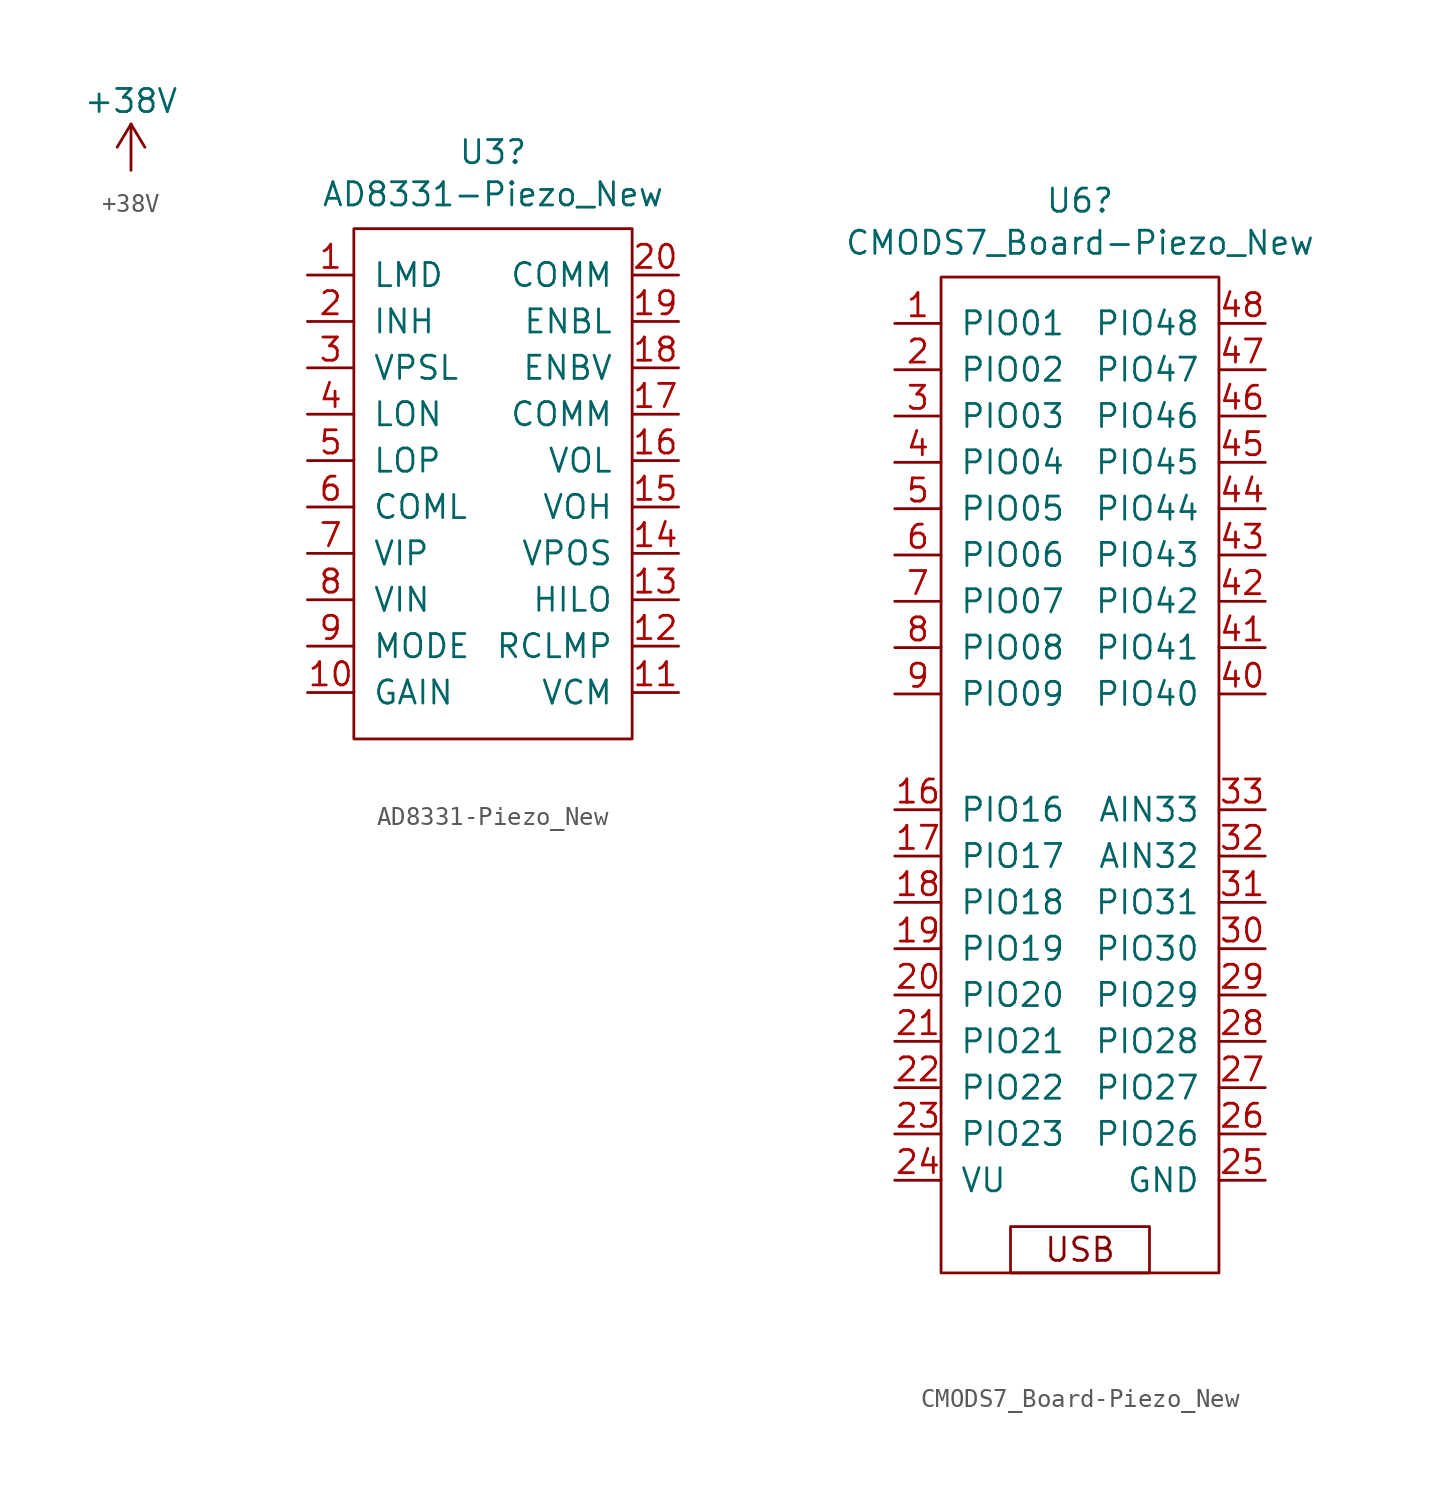
<source format=kicad_sym>
(kicad_symbol_lib
  (version 20211014)
  (generator kicad_symbol_editor)
  (symbol "+38V"
    (power)
    (pin_names
      (offset 0))
    (property "Reference" "#PWR"
      (at 0 -3.81 0)
      (effects (font (size 1.27 1.27)) hide))
    (property "Value" "+38V"
      (at 0 3.81 0)
      (effects (font (size 1.27 1.27))))
    (symbol "+38V_0_1"
      (polyline (pts (xy -0.762 1.27) (xy 0 2.54)) (stroke (width 0) (type default) (color 0 0 0 0)) (fill (type none)))
      (polyline (pts (xy 0 0) (xy 0 2.54)) (stroke (width 0) (type default) (color 0 0 0 0)) (fill (type none)))
      (polyline (pts (xy 0 2.54) (xy 0.762 1.27)) (stroke (width 0) (type default) (color 0 0 0 0)) (fill (type none))))
    (symbol "+38V_1_1"
      (pin power_in line (at 0 0 90) (length 0) hide (name "+38V" (effects (font (size 1.27 1.27)))) (number "1" (effects (font (size 1.27 1.27)))))))
  (symbol "AD8331-Piezo_New"
    (pin_names
      (offset 1.016))
    (property "Reference" "U3"
      (at 0 13.081 0)
      (effects (font (size 1.27 1.27))))
    (property "Value" "AD8331-Piezo_New"
      (at 0 10.77 0)
      (effects (font (size 1.27 1.27))))
    (symbol "AD8331-Piezo_New_0_1"
      (rectangle (start -7.62 8.89) (end 7.62 -19.05) (stroke (width 0) (type default) (color 0 0 0 0)) (fill (type none))))
    (symbol "AD8331-Piezo_New_1_1"
      (pin bidirectional line (at -10.16 6.35 0) (length 2.54) (name "LMD" (effects (font (size 1.27 1.27)))) (number "1" (effects (font (size 1.27 1.27)))))
      (pin bidirectional line (at -10.16 -16.51 0) (length 2.54) (name "GAIN" (effects (font (size 1.27 1.27)))) (number "10" (effects (font (size 1.27 1.27)))))
      (pin bidirectional line (at 10.16 -16.51 180) (length 2.54) (name "VCM" (effects (font (size 1.27 1.27)))) (number "11" (effects (font (size 1.27 1.27)))))
      (pin bidirectional line (at 10.16 -13.97 180) (length 2.54) (name "RCLMP" (effects (font (size 1.27 1.27)))) (number "12" (effects (font (size 1.27 1.27)))))
      (pin bidirectional line (at 10.16 -11.43 180) (length 2.54) (name "HILO" (effects (font (size 1.27 1.27)))) (number "13" (effects (font (size 1.27 1.27)))))
      (pin bidirectional line (at 10.16 -8.89 180) (length 2.54) (name "VPOS" (effects (font (size 1.27 1.27)))) (number "14" (effects (font (size 1.27 1.27)))))
      (pin bidirectional line (at 10.16 -6.35 180) (length 2.54) (name "VOH" (effects (font (size 1.27 1.27)))) (number "15" (effects (font (size 1.27 1.27)))))
      (pin bidirectional line (at 10.16 -3.81 180) (length 2.54) (name "VOL" (effects (font (size 1.27 1.27)))) (number "16" (effects (font (size 1.27 1.27)))))
      (pin bidirectional line (at 10.16 -1.27 180) (length 2.54) (name "COMM" (effects (font (size 1.27 1.27)))) (number "17" (effects (font (size 1.27 1.27)))))
      (pin bidirectional line (at 10.16 1.27 180) (length 2.54) (name "ENBV" (effects (font (size 1.27 1.27)))) (number "18" (effects (font (size 1.27 1.27)))))
      (pin bidirectional line (at 10.16 3.81 180) (length 2.54) (name "ENBL" (effects (font (size 1.27 1.27)))) (number "19" (effects (font (size 1.27 1.27)))))
      (pin bidirectional line (at -10.16 3.81 0) (length 2.54) (name "INH" (effects (font (size 1.27 1.27)))) (number "2" (effects (font (size 1.27 1.27)))))
      (pin bidirectional line (at 10.16 6.35 180) (length 2.54) (name "COMM" (effects (font (size 1.27 1.27)))) (number "20" (effects (font (size 1.27 1.27)))))
      (pin bidirectional line (at -10.16 1.27 0) (length 2.54) (name "VPSL" (effects (font (size 1.27 1.27)))) (number "3" (effects (font (size 1.27 1.27)))))
      (pin bidirectional line (at -10.16 -1.27 0) (length 2.54) (name "LON" (effects (font (size 1.27 1.27)))) (number "4" (effects (font (size 1.27 1.27)))))
      (pin bidirectional line (at -10.16 -3.81 0) (length 2.54) (name "LOP" (effects (font (size 1.27 1.27)))) (number "5" (effects (font (size 1.27 1.27)))))
      (pin bidirectional line (at -10.16 -6.35 0) (length 2.54) (name "COML" (effects (font (size 1.27 1.27)))) (number "6" (effects (font (size 1.27 1.27)))))
      (pin bidirectional line (at -10.16 -8.89 0) (length 2.54) (name "VIP" (effects (font (size 1.27 1.27)))) (number "7" (effects (font (size 1.27 1.27)))))
      (pin bidirectional line (at -10.16 -11.43 0) (length 2.54) (name "VIN" (effects (font (size 1.27 1.27)))) (number "8" (effects (font (size 1.27 1.27)))))
      (pin bidirectional line (at -10.16 -13.97 0) (length 2.54) (name "MODE" (effects (font (size 1.27 1.27)))) (number "9" (effects (font (size 1.27 1.27)))))))
  (symbol "CMODS7_Board-Piezo_New"
    (pin_names
      (offset 1.016))
    (property "Reference" "U6"
      (at 2.54 2.921 0)
      (effects (font (size 1.27 1.27))))
    (property "Value" "CMODS7_Board-Piezo_New"
      (at 2.54 0.61 0)
      (effects (font (size 1.27 1.27))))
    (symbol "CMODS7_Board-Piezo_New_0_0"
      (text "USB" (at 2.54 -54.61 0) (effects (font (size 1.27 1.27)))))
    (symbol "CMODS7_Board-Piezo_New_0_1"
      (rectangle (start -5.08 -1.27) (end 10.16 -55.88) (stroke (width 0) (type default) (color 0 0 0 0)) (fill (type none)))
      (rectangle (start -1.27 -55.88) (end 6.35 -53.34) (stroke (width 0) (type default) (color 0 0 0 0)) (fill (type none))))
    (symbol "CMODS7_Board-Piezo_New_1_1"
      (pin bidirectional line (at -7.62 -3.81 0) (length 2.54) (name "PIO01" (effects (font (size 1.27 1.27)))) (number "1" (effects (font (size 1.27 1.27)))))
      (pin bidirectional line (at -7.62 -30.48 0) (length 2.54) (name "PIO16" (effects (font (size 1.27 1.27)))) (number "16" (effects (font (size 1.27 1.27)))))
      (pin bidirectional line (at -7.62 -33.02 0) (length 2.54) (name "PIO17" (effects (font (size 1.27 1.27)))) (number "17" (effects (font (size 1.27 1.27)))))
      (pin bidirectional line (at -7.62 -35.56 0) (length 2.54) (name "PIO18" (effects (font (size 1.27 1.27)))) (number "18" (effects (font (size 1.27 1.27)))))
      (pin bidirectional line (at -7.62 -38.1 0) (length 2.54) (name "PIO19" (effects (font (size 1.27 1.27)))) (number "19" (effects (font (size 1.27 1.27)))))
      (pin bidirectional line (at -7.62 -6.35 0) (length 2.54) (name "PIO02" (effects (font (size 1.27 1.27)))) (number "2" (effects (font (size 1.27 1.27)))))
      (pin bidirectional line (at -7.62 -40.64 0) (length 2.54) (name "PIO20" (effects (font (size 1.27 1.27)))) (number "20" (effects (font (size 1.27 1.27)))))
      (pin bidirectional line (at -7.62 -43.18 0) (length 2.54) (name "PIO21" (effects (font (size 1.27 1.27)))) (number "21" (effects (font (size 1.27 1.27)))))
      (pin bidirectional line (at -7.62 -45.72 0) (length 2.54) (name "PIO22" (effects (font (size 1.27 1.27)))) (number "22" (effects (font (size 1.27 1.27)))))
      (pin bidirectional line (at -7.62 -48.26 0) (length 2.54) (name "PIO23" (effects (font (size 1.27 1.27)))) (number "23" (effects (font (size 1.27 1.27)))))
      (pin input line (at -7.62 -50.8 0) (length 2.54) (name "VU" (effects (font (size 1.27 1.27)))) (number "24" (effects (font (size 1.27 1.27)))))
      (pin input line (at 12.7 -50.8 180) (length 2.54) (name "GND" (effects (font (size 1.27 1.27)))) (number "25" (effects (font (size 1.27 1.27)))))
      (pin bidirectional line (at 12.7 -48.26 180) (length 2.54) (name "PIO26" (effects (font (size 1.27 1.27)))) (number "26" (effects (font (size 1.27 1.27)))))
      (pin bidirectional line (at 12.7 -45.72 180) (length 2.54) (name "PIO27" (effects (font (size 1.27 1.27)))) (number "27" (effects (font (size 1.27 1.27)))))
      (pin bidirectional line (at 12.7 -43.18 180) (length 2.54) (name "PIO28" (effects (font (size 1.27 1.27)))) (number "28" (effects (font (size 1.27 1.27)))))
      (pin bidirectional line (at 12.7 -40.64 180) (length 2.54) (name "PIO29" (effects (font (size 1.27 1.27)))) (number "29" (effects (font (size 1.27 1.27)))))
      (pin bidirectional line (at -7.62 -8.89 0) (length 2.54) (name "PIO03" (effects (font (size 1.27 1.27)))) (number "3" (effects (font (size 1.27 1.27)))))
      (pin bidirectional line (at 12.7 -38.1 180) (length 2.54) (name "PIO30" (effects (font (size 1.27 1.27)))) (number "30" (effects (font (size 1.27 1.27)))))
      (pin bidirectional line (at 12.7 -35.56 180) (length 2.54) (name "PIO31" (effects (font (size 1.27 1.27)))) (number "31" (effects (font (size 1.27 1.27)))))
      (pin input line (at 12.7 -33.02 180) (length 2.54) (name "AIN32" (effects (font (size 1.27 1.27)))) (number "32" (effects (font (size 1.27 1.27)))))
      (pin input line (at 12.7 -30.48 180) (length 2.54) (name "AIN33" (effects (font (size 1.27 1.27)))) (number "33" (effects (font (size 1.27 1.27)))))
      (pin bidirectional line (at -7.62 -11.43 0) (length 2.54) (name "PIO04" (effects (font (size 1.27 1.27)))) (number "4" (effects (font (size 1.27 1.27)))))
      (pin bidirectional line (at 12.7 -24.13 180) (length 2.54) (name "PIO40" (effects (font (size 1.27 1.27)))) (number "40" (effects (font (size 1.27 1.27)))))
      (pin bidirectional line (at 12.7 -21.59 180) (length 2.54) (name "PIO41" (effects (font (size 1.27 1.27)))) (number "41" (effects (font (size 1.27 1.27)))))
      (pin bidirectional line (at 12.7 -19.05 180) (length 2.54) (name "PIO42" (effects (font (size 1.27 1.27)))) (number "42" (effects (font (size 1.27 1.27)))))
      (pin bidirectional line (at 12.7 -16.51 180) (length 2.54) (name "PIO43" (effects (font (size 1.27 1.27)))) (number "43" (effects (font (size 1.27 1.27)))))
      (pin bidirectional line (at 12.7 -13.97 180) (length 2.54) (name "PIO44" (effects (font (size 1.27 1.27)))) (number "44" (effects (font (size 1.27 1.27)))))
      (pin bidirectional line (at 12.7 -11.43 180) (length 2.54) (name "PIO45" (effects (font (size 1.27 1.27)))) (number "45" (effects (font (size 1.27 1.27)))))
      (pin bidirectional line (at 12.7 -8.89 180) (length 2.54) (name "PIO46" (effects (font (size 1.27 1.27)))) (number "46" (effects (font (size 1.27 1.27)))))
      (pin bidirectional line (at 12.7 -6.35 180) (length 2.54) (name "PIO47" (effects (font (size 1.27 1.27)))) (number "47" (effects (font (size 1.27 1.27)))))
      (pin bidirectional line (at 12.7 -3.81 180) (length 2.54) (name "PIO48" (effects (font (size 1.27 1.27)))) (number "48" (effects (font (size 1.27 1.27)))))
      (pin bidirectional line (at -7.62 -13.97 0) (length 2.54) (name "PIO05" (effects (font (size 1.27 1.27)))) (number "5" (effects (font (size 1.27 1.27)))))
      (pin bidirectional line (at -7.62 -16.51 0) (length 2.54) (name "PIO06" (effects (font (size 1.27 1.27)))) (number "6" (effects (font (size 1.27 1.27)))))
      (pin bidirectional line (at -7.62 -19.05 0) (length 2.54) (name "PIO07" (effects (font (size 1.27 1.27)))) (number "7" (effects (font (size 1.27 1.27)))))
      (pin bidirectional line (at -7.62 -21.59 0) (length 2.54) (name "PIO08" (effects (font (size 1.27 1.27)))) (number "8" (effects (font (size 1.27 1.27)))))
      (pin bidirectional line (at -7.62 -24.13 0) (length 2.54) (name "PIO09" (effects (font (size 1.27 1.27)))) (number "9" (effects (font (size 1.27 1.27))))))))
</source>
